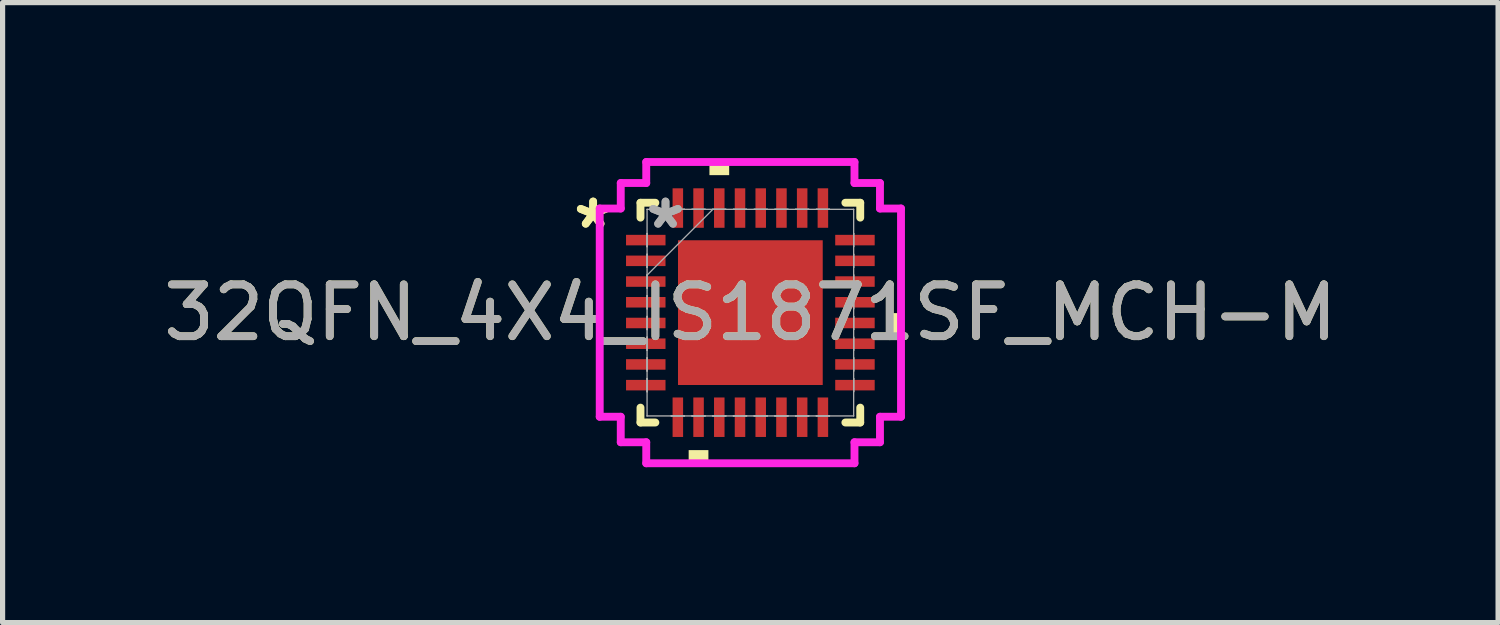
<source format=kicad_pcb>
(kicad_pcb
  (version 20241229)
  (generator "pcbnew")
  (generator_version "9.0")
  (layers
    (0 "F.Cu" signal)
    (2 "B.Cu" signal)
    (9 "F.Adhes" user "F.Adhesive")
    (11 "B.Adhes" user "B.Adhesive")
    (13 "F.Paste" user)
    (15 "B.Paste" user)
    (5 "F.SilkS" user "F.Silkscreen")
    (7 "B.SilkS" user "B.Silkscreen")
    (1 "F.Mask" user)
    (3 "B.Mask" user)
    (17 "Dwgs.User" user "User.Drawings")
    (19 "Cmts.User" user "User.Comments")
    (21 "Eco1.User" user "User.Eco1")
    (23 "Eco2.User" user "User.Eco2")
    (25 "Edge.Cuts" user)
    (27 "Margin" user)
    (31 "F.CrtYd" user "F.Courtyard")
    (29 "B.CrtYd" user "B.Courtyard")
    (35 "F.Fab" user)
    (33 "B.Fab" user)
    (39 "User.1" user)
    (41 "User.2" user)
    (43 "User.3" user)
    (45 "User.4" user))
  (footprint "32QFN_4X4_IS1871SF_MCH-M"
    (layer "F.Cu")
    (at 11.435 2.985)
    (property "Reference" "32QFN_4X4_IS1871SF_MCH-M" (at 0 0 0) (unlocked yes) (layer "F.SilkS") (effects (font (size 1 1) (thickness 0.15))))
    (attr smd)
    (fp_line (start -2.121 -2.121) (end -2.121 -1.834) (stroke (width 0.152) (type solid)) (layer "F.SilkS"))
    (fp_line (start -2.121 1.834) (end -2.121 2.121) (stroke (width 0.152) (type solid)) (layer "F.SilkS"))
    (fp_line (start -2.121 2.121) (end -1.834 2.121) (stroke (width 0.152) (type solid)) (layer "F.SilkS"))
    (fp_line (start -1.834 -2.121) (end -2.121 -2.121) (stroke (width 0.152) (type solid)) (layer "F.SilkS"))
    (fp_line (start 1.834 2.121) (end 2.121 2.121) (stroke (width 0.152) (type solid)) (layer "F.SilkS"))
    (fp_line (start 2.121 -2.121) (end 1.834 -2.121) (stroke (width 0.152) (type solid)) (layer "F.SilkS"))
    (fp_line (start 2.121 -1.834) (end 2.121 -2.121) (stroke (width 0.152) (type solid)) (layer "F.SilkS"))
    (fp_line (start 2.121 2.121) (end 2.121 1.834) (stroke (width 0.152) (type solid)) (layer "F.SilkS"))
    (fp_poly (pts (xy -1.191 2.654) (xy -1.191 2.908) (xy -0.81 2.908) (xy -0.81 2.654)) (stroke (width 0) (type solid)) (fill yes) (layer "F.SilkS"))
    (fp_poly (pts (xy -0.79 -2.654) (xy -0.79 -2.908) (xy -0.409 -2.908) (xy -0.409 -2.654)) (stroke (width 0) (type solid)) (fill yes) (layer "F.SilkS"))
    (fp_poly (pts (xy 2.908 0.009) (xy 2.908 0.391) (xy 2.654 0.391) (xy 2.654 0.009)) (stroke (width 0) (type solid)) (fill yes) (layer "F.SilkS"))
    (fp_poly (pts (xy -1.297 -1.297) (xy -1.297 -0.1) (xy -0.1 -0.1) (xy -0.1 -1.297)) (stroke (width 0) (type solid)) (fill yes) (layer "F.Paste"))
    (fp_poly (pts (xy -1.297 0.1) (xy -1.297 1.297) (xy -0.1 1.297) (xy -0.1 0.1)) (stroke (width 0) (type solid)) (fill yes) (layer "F.Paste"))
    (fp_poly (pts (xy 0.1 -1.297) (xy 0.1 -0.1) (xy 1.297 -0.1) (xy 1.297 -1.297)) (stroke (width 0) (type solid)) (fill yes) (layer "F.Paste"))
    (fp_poly (pts (xy 0.1 0.1) (xy 0.1 1.297) (xy 1.297 1.297) (xy 1.297 0.1)) (stroke (width 0) (type solid)) (fill yes) (layer "F.Paste"))
    (fp_line (start -2.908 -2.01) (end -2.502 -2.01) (stroke (width 0.152) (type solid)) (layer "F.CrtYd"))
    (fp_line (start -2.908 2.01) (end -2.908 -2.01) (stroke (width 0.152) (type solid)) (layer "F.CrtYd"))
    (fp_line (start -2.502 -2.502) (end -2.01 -2.502) (stroke (width 0.152) (type solid)) (layer "F.CrtYd"))
    (fp_line (start -2.502 -2.01) (end -2.502 -2.502) (stroke (width 0.152) (type solid)) (layer "F.CrtYd"))
    (fp_line (start -2.502 2.01) (end -2.908 2.01) (stroke (width 0.152) (type solid)) (layer "F.CrtYd"))
    (fp_line (start -2.502 2.502) (end -2.502 2.01) (stroke (width 0.152) (type solid)) (layer "F.CrtYd"))
    (fp_line (start -2.01 -2.908) (end 2.01 -2.908) (stroke (width 0.152) (type solid)) (layer "F.CrtYd"))
    (fp_line (start -2.01 -2.502) (end -2.01 -2.908) (stroke (width 0.152) (type solid)) (layer "F.CrtYd"))
    (fp_line (start -2.01 2.502) (end -2.502 2.502) (stroke (width 0.152) (type solid)) (layer "F.CrtYd"))
    (fp_line (start -2.01 2.908) (end -2.01 2.502) (stroke (width 0.152) (type solid)) (layer "F.CrtYd"))
    (fp_line (start 2.01 -2.908) (end 2.01 -2.502) (stroke (width 0.152) (type solid)) (layer "F.CrtYd"))
    (fp_line (start 2.01 -2.502) (end 2.502 -2.502) (stroke (width 0.152) (type solid)) (layer "F.CrtYd"))
    (fp_line (start 2.01 2.502) (end 2.01 2.908) (stroke (width 0.152) (type solid)) (layer "F.CrtYd"))
    (fp_line (start 2.01 2.908) (end -2.01 2.908) (stroke (width 0.152) (type solid)) (layer "F.CrtYd"))
    (fp_line (start 2.502 -2.502) (end 2.502 -2.01) (stroke (width 0.152) (type solid)) (layer "F.CrtYd"))
    (fp_line (start 2.502 -2.01) (end 2.908 -2.01) (stroke (width 0.152) (type solid)) (layer "F.CrtYd"))
    (fp_line (start 2.502 2.01) (end 2.502 2.502) (stroke (width 0.152) (type solid)) (layer "F.CrtYd"))
    (fp_line (start 2.502 2.502) (end 2.01 2.502) (stroke (width 0.152) (type solid)) (layer "F.CrtYd"))
    (fp_line (start 2.908 -2.01) (end 2.908 2.01) (stroke (width 0.152) (type solid)) (layer "F.CrtYd"))
    (fp_line (start 2.908 2.01) (end 2.502 2.01) (stroke (width 0.152) (type solid)) (layer "F.CrtYd"))
    (fp_line (start -1.994 -1.994) (end -1.994 -1.994) (stroke (width 0.025) (type solid)) (layer "F.Fab"))
    (fp_line (start -1.994 -1.994) (end -1.994 1.994) (stroke (width 0.025) (type solid)) (layer "F.Fab"))
    (fp_line (start -1.994 -1.527) (end -1.994 -1.527) (stroke (width 0.025) (type solid)) (layer "F.Fab"))
    (fp_line (start -1.994 -1.527) (end -1.994 -1.273) (stroke (width 0.025) (type solid)) (layer "F.Fab"))
    (fp_line (start -1.994 -1.273) (end -1.994 -1.527) (stroke (width 0.025) (type solid)) (layer "F.Fab"))
    (fp_line (start -1.994 -1.273) (end -1.994 -1.273) (stroke (width 0.025) (type solid)) (layer "F.Fab"))
    (fp_line (start -1.994 -1.127) (end -1.994 -1.127) (stroke (width 0.025) (type solid)) (layer "F.Fab"))
    (fp_line (start -1.994 -1.127) (end -1.994 -0.873) (stroke (width 0.025) (type solid)) (layer "F.Fab"))
    (fp_line (start -1.994 -0.873) (end -1.994 -1.127) (stroke (width 0.025) (type solid)) (layer "F.Fab"))
    (fp_line (start -1.994 -0.873) (end -1.994 -0.873) (stroke (width 0.025) (type solid)) (layer "F.Fab"))
    (fp_line (start -1.994 -0.727) (end -1.994 -0.727) (stroke (width 0.025) (type solid)) (layer "F.Fab"))
    (fp_line (start -1.994 -0.727) (end -1.994 -0.473) (stroke (width 0.025) (type solid)) (layer "F.Fab"))
    (fp_line (start -1.994 -0.724) (end -0.724 -1.994) (stroke (width 0.025) (type solid)) (layer "F.Fab"))
    (fp_line (start -1.994 -0.473) (end -1.994 -0.727) (stroke (width 0.025) (type solid)) (layer "F.Fab"))
    (fp_line (start -1.994 -0.473) (end -1.994 -0.473) (stroke (width 0.025) (type solid)) (layer "F.Fab"))
    (fp_line (start -1.994 -0.327) (end -1.994 -0.327) (stroke (width 0.025) (type solid)) (layer "F.Fab"))
    (fp_line (start -1.994 -0.327) (end -1.994 -0.073) (stroke (width 0.025) (type solid)) (layer "F.Fab"))
    (fp_line (start -1.994 -0.073) (end -1.994 -0.327) (stroke (width 0.025) (type solid)) (layer "F.Fab"))
    (fp_line (start -1.994 -0.073) (end -1.994 -0.073) (stroke (width 0.025) (type solid)) (layer "F.Fab"))
    (fp_line (start -1.994 0.073) (end -1.994 0.073) (stroke (width 0.025) (type solid)) (layer "F.Fab"))
    (fp_line (start -1.994 0.073) (end -1.994 0.327) (stroke (width 0.025) (type solid)) (layer "F.Fab"))
    (fp_line (start -1.994 0.327) (end -1.994 0.073) (stroke (width 0.025) (type solid)) (layer "F.Fab"))
    (fp_line (start -1.994 0.327) (end -1.994 0.327) (stroke (width 0.025) (type solid)) (layer "F.Fab"))
    (fp_line (start -1.994 0.473) (end -1.994 0.473) (stroke (width 0.025) (type solid)) (layer "F.Fab"))
    (fp_line (start -1.994 0.473) (end -1.994 0.727) (stroke (width 0.025) (type solid)) (layer "F.Fab"))
    (fp_line (start -1.994 0.727) (end -1.994 0.473) (stroke (width 0.025) (type solid)) (layer "F.Fab"))
    (fp_line (start -1.994 0.727) (end -1.994 0.727) (stroke (width 0.025) (type solid)) (layer "F.Fab"))
    (fp_line (start -1.994 0.873) (end -1.994 0.873) (stroke (width 0.025) (type solid)) (layer "F.Fab"))
    (fp_line (start -1.994 0.873) (end -1.994 1.127) (stroke (width 0.025) (type solid)) (layer "F.Fab"))
    (fp_line (start -1.994 1.127) (end -1.994 0.873) (stroke (width 0.025) (type solid)) (layer "F.Fab"))
    (fp_line (start -1.994 1.127) (end -1.994 1.127) (stroke (width 0.025) (type solid)) (layer "F.Fab"))
    (fp_line (start -1.994 1.273) (end -1.994 1.273) (stroke (width 0.025) (type solid)) (layer "F.Fab"))
    (fp_line (start -1.994 1.273) (end -1.994 1.527) (stroke (width 0.025) (type solid)) (layer "F.Fab"))
    (fp_line (start -1.994 1.527) (end -1.994 1.273) (stroke (width 0.025) (type solid)) (layer "F.Fab"))
    (fp_line (start -1.994 1.527) (end -1.994 1.527) (stroke (width 0.025) (type solid)) (layer "F.Fab"))
    (fp_line (start -1.994 1.994) (end -1.994 1.994) (stroke (width 0.025) (type solid)) (layer "F.Fab"))
    (fp_line (start -1.994 1.994) (end 1.994 1.994) (stroke (width 0.025) (type solid)) (layer "F.Fab"))
    (fp_line (start -1.527 -1.994) (end -1.527 -1.994) (stroke (width 0.025) (type solid)) (layer "F.Fab"))
    (fp_line (start -1.527 -1.994) (end -1.273 -1.994) (stroke (width 0.025) (type solid)) (layer "F.Fab"))
    (fp_line (start -1.527 1.994) (end -1.527 1.994) (stroke (width 0.025) (type solid)) (layer "F.Fab"))
    (fp_line (start -1.527 1.994) (end -1.273 1.994) (stroke (width 0.025) (type solid)) (layer "F.Fab"))
    (fp_line (start -1.273 -1.994) (end -1.527 -1.994) (stroke (width 0.025) (type solid)) (layer "F.Fab"))
    (fp_line (start -1.273 -1.994) (end -1.273 -1.994) (stroke (width 0.025) (type solid)) (layer "F.Fab"))
    (fp_line (start -1.273 1.994) (end -1.527 1.994) (stroke (width 0.025) (type solid)) (layer "F.Fab"))
    (fp_line (start -1.273 1.994) (end -1.273 1.994) (stroke (width 0.025) (type solid)) (layer "F.Fab"))
    (fp_line (start -1.127 -1.994) (end -1.127 -1.994) (stroke (width 0.025) (type solid)) (layer "F.Fab"))
    (fp_line (start -1.127 -1.994) (end -0.873 -1.994) (stroke (width 0.025) (type solid)) (layer "F.Fab"))
    (fp_line (start -1.127 1.994) (end -1.127 1.994) (stroke (width 0.025) (type solid)) (layer "F.Fab"))
    (fp_line (start -1.127 1.994) (end -0.873 1.994) (stroke (width 0.025) (type solid)) (layer "F.Fab"))
    (fp_line (start -0.873 -1.994) (end -1.127 -1.994) (stroke (width 0.025) (type solid)) (layer "F.Fab"))
    (fp_line (start -0.873 -1.994) (end -0.873 -1.994) (stroke (width 0.025) (type solid)) (layer "F.Fab"))
    (fp_line (start -0.873 1.994) (end -1.127 1.994) (stroke (width 0.025) (type solid)) (layer "F.Fab"))
    (fp_line (start -0.873 1.994) (end -0.873 1.994) (stroke (width 0.025) (type solid)) (layer "F.Fab"))
    (fp_line (start -0.727 -1.994) (end -0.727 -1.994) (stroke (width 0.025) (type solid)) (layer "F.Fab"))
    (fp_line (start -0.727 -1.994) (end -0.473 -1.994) (stroke (width 0.025) (type solid)) (layer "F.Fab"))
    (fp_line (start -0.727 1.994) (end -0.727 1.994) (stroke (width 0.025) (type solid)) (layer "F.Fab"))
    (fp_line (start -0.727 1.994) (end -0.473 1.994) (stroke (width 0.025) (type solid)) (layer "F.Fab"))
    (fp_line (start -0.473 -1.994) (end -0.727 -1.994) (stroke (width 0.025) (type solid)) (layer "F.Fab"))
    (fp_line (start -0.473 -1.994) (end -0.473 -1.994) (stroke (width 0.025) (type solid)) (layer "F.Fab"))
    (fp_line (start -0.473 1.994) (end -0.727 1.994) (stroke (width 0.025) (type solid)) (layer "F.Fab"))
    (fp_line (start -0.473 1.994) (end -0.473 1.994) (stroke (width 0.025) (type solid)) (layer "F.Fab"))
    (fp_line (start -0.327 -1.994) (end -0.327 -1.994) (stroke (width 0.025) (type solid)) (layer "F.Fab"))
    (fp_line (start -0.327 -1.994) (end -0.073 -1.994) (stroke (width 0.025) (type solid)) (layer "F.Fab"))
    (fp_line (start -0.327 1.994) (end -0.327 1.994) (stroke (width 0.025) (type solid)) (layer "F.Fab"))
    (fp_line (start -0.327 1.994) (end -0.073 1.994) (stroke (width 0.025) (type solid)) (layer "F.Fab"))
    (fp_line (start -0.073 -1.994) (end -0.327 -1.994) (stroke (width 0.025) (type solid)) (layer "F.Fab"))
    (fp_line (start -0.073 -1.994) (end -0.073 -1.994) (stroke (width 0.025) (type solid)) (layer "F.Fab"))
    (fp_line (start -0.073 1.994) (end -0.327 1.994) (stroke (width 0.025) (type solid)) (layer "F.Fab"))
    (fp_line (start -0.073 1.994) (end -0.073 1.994) (stroke (width 0.025) (type solid)) (layer "F.Fab"))
    (fp_line (start 0.073 -1.994) (end 0.073 -1.994) (stroke (width 0.025) (type solid)) (layer "F.Fab"))
    (fp_line (start 0.073 -1.994) (end 0.327 -1.994) (stroke (width 0.025) (type solid)) (layer "F.Fab"))
    (fp_line (start 0.073 1.994) (end 0.073 1.994) (stroke (width 0.025) (type solid)) (layer "F.Fab"))
    (fp_line (start 0.073 1.994) (end 0.327 1.994) (stroke (width 0.025) (type solid)) (layer "F.Fab"))
    (fp_line (start 0.327 -1.994) (end 0.073 -1.994) (stroke (width 0.025) (type solid)) (layer "F.Fab"))
    (fp_line (start 0.327 -1.994) (end 0.327 -1.994) (stroke (width 0.025) (type solid)) (layer "F.Fab"))
    (fp_line (start 0.327 1.994) (end 0.073 1.994) (stroke (width 0.025) (type solid)) (layer "F.Fab"))
    (fp_line (start 0.327 1.994) (end 0.327 1.994) (stroke (width 0.025) (type solid)) (layer "F.Fab"))
    (fp_line (start 0.473 -1.994) (end 0.473 -1.994) (stroke (width 0.025) (type solid)) (layer "F.Fab"))
    (fp_line (start 0.473 -1.994) (end 0.727 -1.994) (stroke (width 0.025) (type solid)) (layer "F.Fab"))
    (fp_line (start 0.473 1.994) (end 0.473 1.994) (stroke (width 0.025) (type solid)) (layer "F.Fab"))
    (fp_line (start 0.473 1.994) (end 0.727 1.994) (stroke (width 0.025) (type solid)) (layer "F.Fab"))
    (fp_line (start 0.727 -1.994) (end 0.473 -1.994) (stroke (width 0.025) (type solid)) (layer "F.Fab"))
    (fp_line (start 0.727 -1.994) (end 0.727 -1.994) (stroke (width 0.025) (type solid)) (layer "F.Fab"))
    (fp_line (start 0.727 1.994) (end 0.473 1.994) (stroke (width 0.025) (type solid)) (layer "F.Fab"))
    (fp_line (start 0.727 1.994) (end 0.727 1.994) (stroke (width 0.025) (type solid)) (layer "F.Fab"))
    (fp_line (start 0.873 -1.994) (end 0.873 -1.994) (stroke (width 0.025) (type solid)) (layer "F.Fab"))
    (fp_line (start 0.873 -1.994) (end 1.127 -1.994) (stroke (width 0.025) (type solid)) (layer "F.Fab"))
    (fp_line (start 0.873 1.994) (end 0.873 1.994) (stroke (width 0.025) (type solid)) (layer "F.Fab"))
    (fp_line (start 0.873 1.994) (end 1.127 1.994) (stroke (width 0.025) (type solid)) (layer "F.Fab"))
    (fp_line (start 1.127 -1.994) (end 0.873 -1.994) (stroke (width 0.025) (type solid)) (layer "F.Fab"))
    (fp_line (start 1.127 -1.994) (end 1.127 -1.994) (stroke (width 0.025) (type solid)) (layer "F.Fab"))
    (fp_line (start 1.127 1.994) (end 0.873 1.994) (stroke (width 0.025) (type solid)) (layer "F.Fab"))
    (fp_line (start 1.127 1.994) (end 1.127 1.994) (stroke (width 0.025) (type solid)) (layer "F.Fab"))
    (fp_line (start 1.273 -1.994) (end 1.273 -1.994) (stroke (width 0.025) (type solid)) (layer "F.Fab"))
    (fp_line (start 1.273 -1.994) (end 1.527 -1.994) (stroke (width 0.025) (type solid)) (layer "F.Fab"))
    (fp_line (start 1.273 1.994) (end 1.273 1.994) (stroke (width 0.025) (type solid)) (layer "F.Fab"))
    (fp_line (start 1.273 1.994) (end 1.527 1.994) (stroke (width 0.025) (type solid)) (layer "F.Fab"))
    (fp_line (start 1.527 -1.994) (end 1.273 -1.994) (stroke (width 0.025) (type solid)) (layer "F.Fab"))
    (fp_line (start 1.527 -1.994) (end 1.527 -1.994) (stroke (width 0.025) (type solid)) (layer "F.Fab"))
    (fp_line (start 1.527 1.994) (end 1.273 1.994) (stroke (width 0.025) (type solid)) (layer "F.Fab"))
    (fp_line (start 1.527 1.994) (end 1.527 1.994) (stroke (width 0.025) (type solid)) (layer "F.Fab"))
    (fp_line (start 1.994 -1.994) (end -1.994 -1.994) (stroke (width 0.025) (type solid)) (layer "F.Fab"))
    (fp_line (start 1.994 -1.994) (end 1.994 -1.994) (stroke (width 0.025) (type solid)) (layer "F.Fab"))
    (fp_line (start 1.994 -1.527) (end 1.994 -1.527) (stroke (width 0.025) (type solid)) (layer "F.Fab"))
    (fp_line (start 1.994 -1.527) (end 1.994 -1.273) (stroke (width 0.025) (type solid)) (layer "F.Fab"))
    (fp_line (start 1.994 -1.273) (end 1.994 -1.527) (stroke (width 0.025) (type solid)) (layer "F.Fab"))
    (fp_line (start 1.994 -1.273) (end 1.994 -1.273) (stroke (width 0.025) (type solid)) (layer "F.Fab"))
    (fp_line (start 1.994 -1.127) (end 1.994 -1.127) (stroke (width 0.025) (type solid)) (layer "F.Fab"))
    (fp_line (start 1.994 -1.127) (end 1.994 -0.873) (stroke (width 0.025) (type solid)) (layer "F.Fab"))
    (fp_line (start 1.994 -0.873) (end 1.994 -1.127) (stroke (width 0.025) (type solid)) (layer "F.Fab"))
    (fp_line (start 1.994 -0.873) (end 1.994 -0.873) (stroke (width 0.025) (type solid)) (layer "F.Fab"))
    (fp_line (start 1.994 -0.727) (end 1.994 -0.727) (stroke (width 0.025) (type solid)) (layer "F.Fab"))
    (fp_line (start 1.994 -0.727) (end 1.994 -0.473) (stroke (width 0.025) (type solid)) (layer "F.Fab"))
    (fp_line (start 1.994 -0.473) (end 1.994 -0.727) (stroke (width 0.025) (type solid)) (layer "F.Fab"))
    (fp_line (start 1.994 -0.473) (end 1.994 -0.473) (stroke (width 0.025) (type solid)) (layer "F.Fab"))
    (fp_line (start 1.994 -0.327) (end 1.994 -0.327) (stroke (width 0.025) (type solid)) (layer "F.Fab"))
    (fp_line (start 1.994 -0.327) (end 1.994 -0.073) (stroke (width 0.025) (type solid)) (layer "F.Fab"))
    (fp_line (start 1.994 -0.073) (end 1.994 -0.327) (stroke (width 0.025) (type solid)) (layer "F.Fab"))
    (fp_line (start 1.994 -0.073) (end 1.994 -0.073) (stroke (width 0.025) (type solid)) (layer "F.Fab"))
    (fp_line (start 1.994 0.073) (end 1.994 0.073) (stroke (width 0.025) (type solid)) (layer "F.Fab"))
    (fp_line (start 1.994 0.073) (end 1.994 0.327) (stroke (width 0.025) (type solid)) (layer "F.Fab"))
    (fp_line (start 1.994 0.327) (end 1.994 0.073) (stroke (width 0.025) (type solid)) (layer "F.Fab"))
    (fp_line (start 1.994 0.327) (end 1.994 0.327) (stroke (width 0.025) (type solid)) (layer "F.Fab"))
    (fp_line (start 1.994 0.473) (end 1.994 0.473) (stroke (width 0.025) (type solid)) (layer "F.Fab"))
    (fp_line (start 1.994 0.473) (end 1.994 0.727) (stroke (width 0.025) (type solid)) (layer "F.Fab"))
    (fp_line (start 1.994 0.727) (end 1.994 0.473) (stroke (width 0.025) (type solid)) (layer "F.Fab"))
    (fp_line (start 1.994 0.727) (end 1.994 0.727) (stroke (width 0.025) (type solid)) (layer "F.Fab"))
    (fp_line (start 1.994 0.873) (end 1.994 0.873) (stroke (width 0.025) (type solid)) (layer "F.Fab"))
    (fp_line (start 1.994 0.873) (end 1.994 1.127) (stroke (width 0.025) (type solid)) (layer "F.Fab"))
    (fp_line (start 1.994 1.127) (end 1.994 0.873) (stroke (width 0.025) (type solid)) (layer "F.Fab"))
    (fp_line (start 1.994 1.127) (end 1.994 1.127) (stroke (width 0.025) (type solid)) (layer "F.Fab"))
    (fp_line (start 1.994 1.273) (end 1.994 1.273) (stroke (width 0.025) (type solid)) (layer "F.Fab"))
    (fp_line (start 1.994 1.273) (end 1.994 1.527) (stroke (width 0.025) (type solid)) (layer "F.Fab"))
    (fp_line (start 1.994 1.527) (end 1.994 1.273) (stroke (width 0.025) (type solid)) (layer "F.Fab"))
    (fp_line (start 1.994 1.527) (end 1.994 1.527) (stroke (width 0.025) (type solid)) (layer "F.Fab"))
    (fp_line (start 1.994 1.994) (end 1.994 -1.994) (stroke (width 0.025) (type solid)) (layer "F.Fab"))
    (fp_line (start 1.994 1.994) (end 1.994 1.994) (stroke (width 0.025) (type solid)) (layer "F.Fab"))
    (fp_text user "*" (at -3.035 -1.6 0) (unlocked yes) (layer "F.SilkS") (effects (font (size 1 1) (thickness 0.15))))
    (fp_text user "*" (at -3.035 -1.6 0) (layer "F.SilkS") (effects (font (size 1 1) (thickness 0.15))))
    (fp_text user "*" (at -1.638 -1.6 0) (layer "F.Fab") (effects (font (size 1 1) (thickness 0.15))))
    (fp_text user "${REFERENCE}" (at 0 0 0) (unlocked yes) (layer "F.Fab") (effects (font (size 1 1) (thickness 0.15))))
    (fp_text user "*" (at -1.638 -1.6 0) (unlocked yes) (layer "F.Fab") (effects (font (size 1 1) (thickness 0.15))))
    (pad "1" smd rect (at -2.019 -1.4 90) (size 0.203 0.762) (layers "F.Cu" "F.Mask" "F.Paste"))
    (pad "2" smd rect (at -2.019 -1 90) (size 0.203 0.762) (layers "F.Cu" "F.Mask" "F.Paste"))
    (pad "3" smd rect (at -2.019 -0.6 90) (size 0.203 0.762) (layers "F.Cu" "F.Mask" "F.Paste"))
    (pad "4" smd rect (at -2.019 -0.2 90) (size 0.203 0.762) (layers "F.Cu" "F.Mask" "F.Paste"))
    (pad "5" smd rect (at -2.019 0.2 90) (size 0.203 0.762) (layers "F.Cu" "F.Mask" "F.Paste"))
    (pad "6" smd rect (at -2.019 0.6 90) (size 0.203 0.762) (layers "F.Cu" "F.Mask" "F.Paste"))
    (pad "7" smd rect (at -2.019 1 90) (size 0.203 0.762) (layers "F.Cu" "F.Mask" "F.Paste"))
    (pad "8" smd rect (at -2.019 1.4 90) (size 0.203 0.762) (layers "F.Cu" "F.Mask" "F.Paste"))
    (pad "9" smd rect (at -1.4 2.019) (size 0.203 0.762) (layers "F.Cu" "F.Mask" "F.Paste"))
    (pad "10" smd rect (at -1 2.019) (size 0.203 0.762) (layers "F.Cu" "F.Mask" "F.Paste"))
    (pad "11" smd rect (at -0.6 2.019) (size 0.203 0.762) (layers "F.Cu" "F.Mask" "F.Paste"))
    (pad "12" smd rect (at -0.2 2.019) (size 0.203 0.762) (layers "F.Cu" "F.Mask" "F.Paste"))
    (pad "13" smd rect (at 0.2 2.019) (size 0.203 0.762) (layers "F.Cu" "F.Mask" "F.Paste"))
    (pad "14" smd rect (at 0.6 2.019) (size 0.203 0.762) (layers "F.Cu" "F.Mask" "F.Paste"))
    (pad "15" smd rect (at 1 2.019) (size 0.203 0.762) (layers "F.Cu" "F.Mask" "F.Paste"))
    (pad "16" smd rect (at 1.4 2.019) (size 0.203 0.762) (layers "F.Cu" "F.Mask" "F.Paste"))
    (pad "17" smd rect (at 2.019 1.4 90) (size 0.203 0.762) (layers "F.Cu" "F.Mask" "F.Paste"))
    (pad "18" smd rect (at 2.019 1 90) (size 0.203 0.762) (layers "F.Cu" "F.Mask" "F.Paste"))
    (pad "19" smd rect (at 2.019 0.6 90) (size 0.203 0.762) (layers "F.Cu" "F.Mask" "F.Paste"))
    (pad "20" smd rect (at 2.019 0.2 90) (size 0.203 0.762) (layers "F.Cu" "F.Mask" "F.Paste"))
    (pad "21" smd rect (at 2.019 -0.2 90) (size 0.203 0.762) (layers "F.Cu" "F.Mask" "F.Paste"))
    (pad "22" smd rect (at 2.019 -0.6 90) (size 0.203 0.762) (layers "F.Cu" "F.Mask" "F.Paste"))
    (pad "23" smd rect (at 2.019 -1 90) (size 0.203 0.762) (layers "F.Cu" "F.Mask" "F.Paste"))
    (pad "24" smd rect (at 2.019 -1.4 90) (size 0.203 0.762) (layers "F.Cu" "F.Mask" "F.Paste"))
    (pad "25" smd rect (at 1.4 -2.019) (size 0.203 0.762) (layers "F.Cu" "F.Mask" "F.Paste"))
    (pad "26" smd rect (at 1 -2.019) (size 0.203 0.762) (layers "F.Cu" "F.Mask" "F.Paste"))
    (pad "27" smd rect (at 0.6 -2.019) (size 0.203 0.762) (layers "F.Cu" "F.Mask" "F.Paste"))
    (pad "28" smd rect (at 0.2 -2.019) (size 0.203 0.762) (layers "F.Cu" "F.Mask" "F.Paste"))
    (pad "29" smd rect (at -0.2 -2.019) (size 0.203 0.762) (layers "F.Cu" "F.Mask" "F.Paste"))
    (pad "30" smd rect (at -0.6 -2.019) (size 0.203 0.762) (layers "F.Cu" "F.Mask" "F.Paste"))
    (pad "31" smd rect (at -1 -2.019) (size 0.203 0.762) (layers "F.Cu" "F.Mask" "F.Paste"))
    (pad "32" smd rect (at -1.4 -2.019) (size 0.203 0.762) (layers "F.Cu" "F.Mask" "F.Paste"))
    (pad "33" smd rect (at 0 0) (size 2.794 2.794) (layers "F.Cu" "F.Mask" "F.Paste")))
  (gr_rect
    (start -3 -3)
    (end 25.869 8.969)
    (stroke (width 0.1) (type default))
    (fill no)
    (layer "Edge.Cuts")))
</source>
